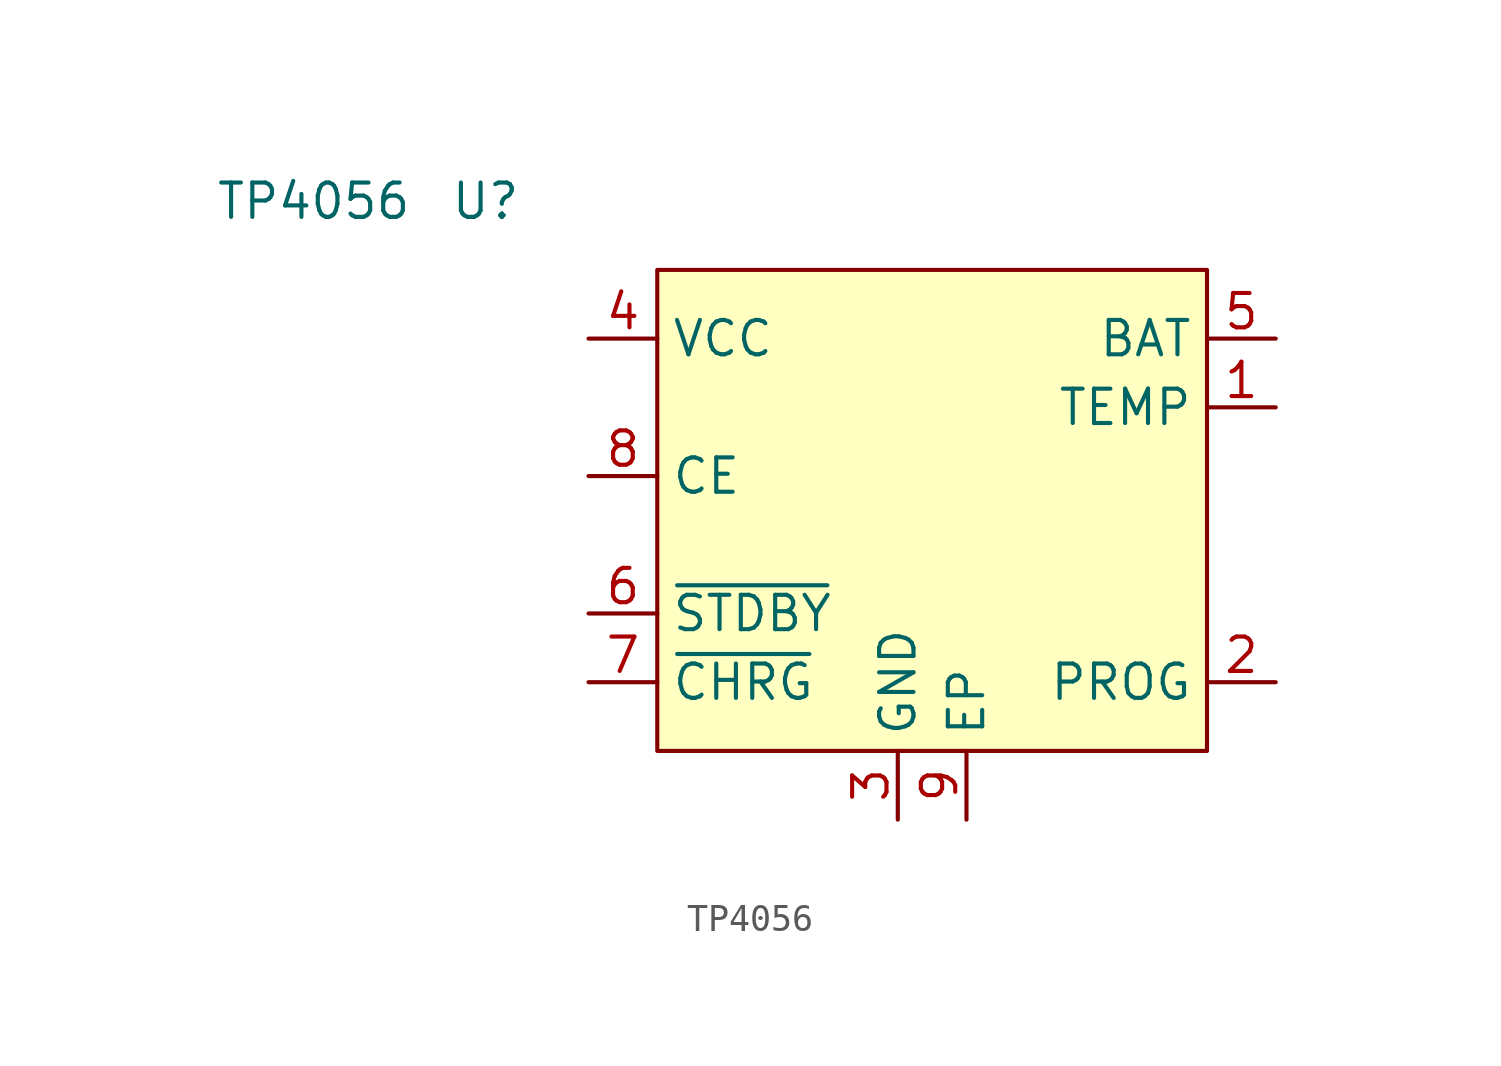
<source format=kicad_sym>
(kicad_symbol_lib
  (version 20211014)
  (generator kicad_symbol_editor)
  (symbol "TP4056"
    (property "Reference" "U"
      (at -6.35 -2.54 0)
      (effects (font (size 1.27 1.27))))
    (property "Value" "TP4056"
      (at -12.7 -2.54 0)
      (effects (font (size 1.27 1.27))))
    (symbol "TP4056_0_0"
      (pin input line (at 22.86 -10.16 180) (length 2.54) (name "TEMP" (effects (font (size 1.27 1.27)))) (number "1" (effects (font (size 1.27 1.27)))))
      (pin passive line (at 22.86 -20.32 180) (length 2.54) (name "PROG" (effects (font (size 1.27 1.27)))) (number "2" (effects (font (size 1.27 1.27)))))
      (pin power_in line (at 8.89 -25.4 90) (length 2.54) (name "GND" (effects (font (size 1.27 1.27)))) (number "3" (effects (font (size 1.27 1.27)))))
      (pin power_in line (at -2.54 -7.62 0) (length 2.54) (name "VCC" (effects (font (size 1.27 1.27)))) (number "4" (effects (font (size 1.27 1.27)))))
      (pin power_out line (at 22.86 -7.62 180) (length 2.54) (name "BAT" (effects (font (size 1.27 1.27)))) (number "5" (effects (font (size 1.27 1.27)))))
      (pin open_collector line (at -2.54 -17.78 0) (length 2.54) (name "~{STDBY}" (effects (font (size 1.27 1.27)))) (number "6" (effects (font (size 1.27 1.27)))))
      (pin open_collector line (at -2.54 -20.32 0) (length 2.54) (name "~{CHRG}" (effects (font (size 1.27 1.27)))) (number "7" (effects (font (size 1.27 1.27)))))
      (pin input line (at -2.54 -12.7 0) (length 2.54) (name "CE" (effects (font (size 1.27 1.27)))) (number "8" (effects (font (size 1.27 1.27)))))
      (pin passive line (at 11.43 -25.4 90) (length 2.54) (name "EP" (effects (font (size 1.27 1.27)))) (number "9" (effects (font (size 1.27 1.27))))))
    (symbol "TP4056_0_1"
      (rectangle (start 0 -5.08) (end 20.32 -22.86) (stroke (width 0) (type default) (color 0 0 0 0)) (fill (type background))))))
</source>
